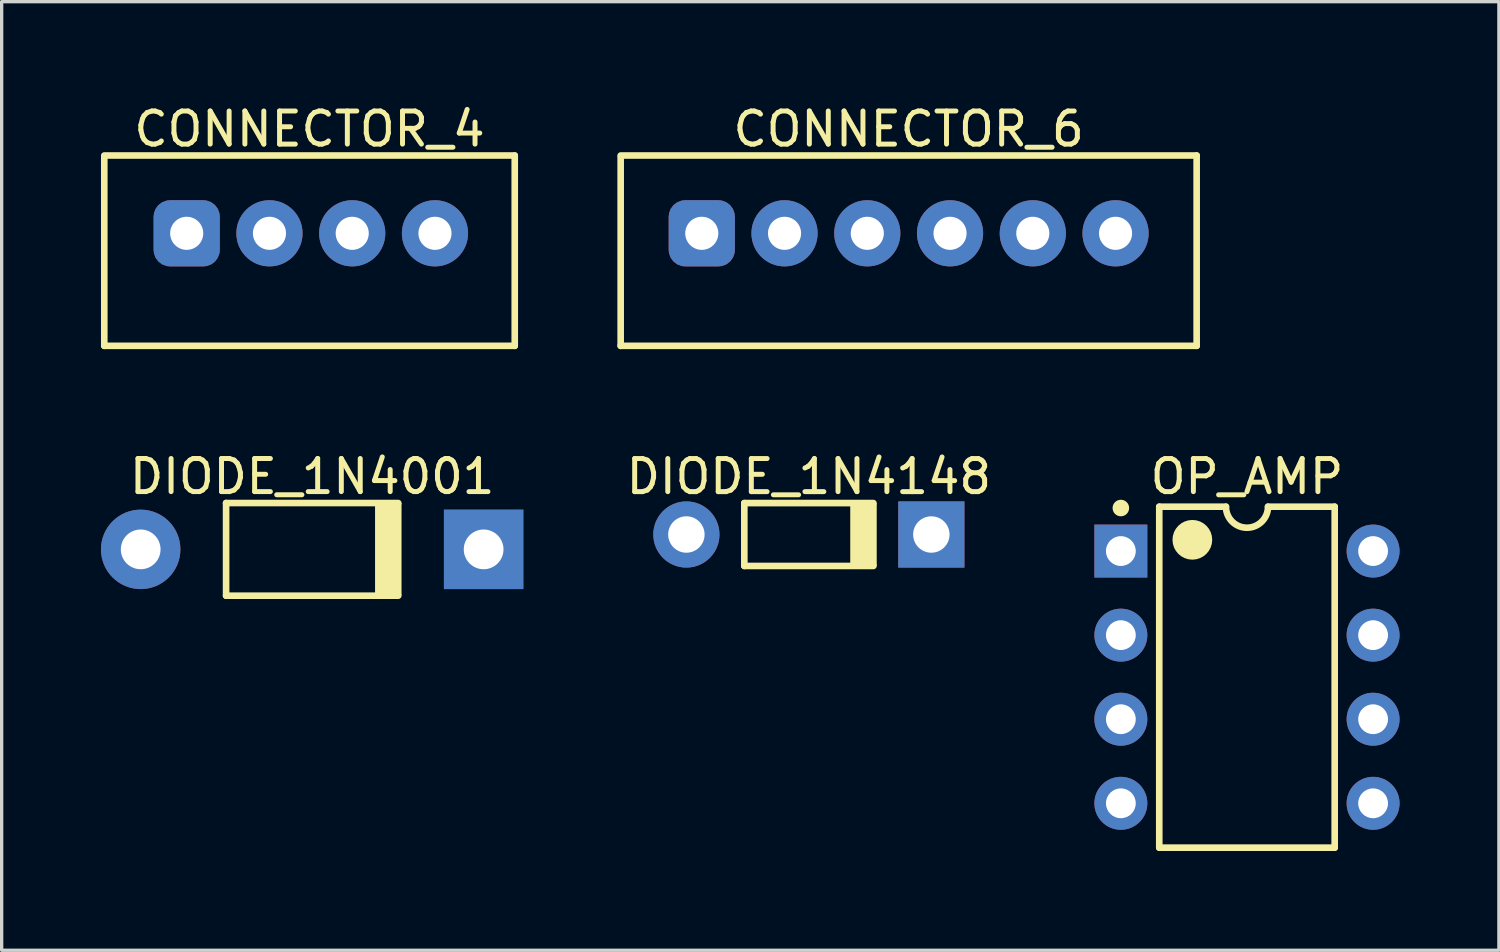
<source format=kicad_pcb>
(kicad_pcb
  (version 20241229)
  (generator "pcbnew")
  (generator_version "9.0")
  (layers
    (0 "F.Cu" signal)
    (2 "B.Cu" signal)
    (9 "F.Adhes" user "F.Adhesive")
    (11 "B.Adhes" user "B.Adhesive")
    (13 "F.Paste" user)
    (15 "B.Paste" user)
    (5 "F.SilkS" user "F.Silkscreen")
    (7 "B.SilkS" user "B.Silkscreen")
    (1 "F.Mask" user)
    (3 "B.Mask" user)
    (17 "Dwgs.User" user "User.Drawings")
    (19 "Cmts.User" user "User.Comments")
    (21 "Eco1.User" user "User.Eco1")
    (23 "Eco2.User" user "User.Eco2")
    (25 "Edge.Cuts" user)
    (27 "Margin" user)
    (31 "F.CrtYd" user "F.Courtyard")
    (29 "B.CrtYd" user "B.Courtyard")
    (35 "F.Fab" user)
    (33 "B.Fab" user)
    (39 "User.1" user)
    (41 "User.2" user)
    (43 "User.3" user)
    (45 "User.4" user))
  (footprint "DIODE_1N4148"
    (layer "F.Cu")
    (at 21.385 13.097)
    (property "Reference" "DIODE_1N4148" (at 0 -1.75 0) (layer "F.SilkS") (effects (font (size 1 1) (thickness 0.15))))
    (fp_line (start -1.95 -0.95) (end 1.95 -0.95) (stroke (width 0.2) (type solid)) (layer "F.SilkS"))
    (fp_line (start -1.95 0.95) (end -1.95 -0.95) (stroke (width 0.2) (type solid)) (layer "F.SilkS"))
    (fp_line (start -1.95 0.95) (end 1.95 0.95) (stroke (width 0.2) (type solid)) (layer "F.SilkS"))
    (fp_rect (start 1.25 0.95) (end 2.05 -0.95) (stroke (width 0) (type default)) (fill yes) (layer "F.SilkS"))
    (pad "1" thru_hole circle (at -3.7 0) (size 2 2) (drill 1.1) (layers "*.Cu" "*.Mask"))
    (pad "2" thru_hole rect (at 3.7 0) (size 2 2) (drill 1.1) (layers "*.Cu" "*.Mask")))
  (footprint "CONNECTOR_6"
    (layer "F.Cu")
    (at 24.4 3.998)
    (property "Reference" "CONNECTOR_6" (at 0 -3.15 0) (layer "F.SilkS") (effects (font (size 1 1) (thickness 0.15))))
    (fp_line (start -8.7 -2.35) (end 8.7 -2.35) (stroke (width 0.2) (type solid)) (layer "F.SilkS"))
    (fp_line (start -8.7 3.4) (end -8.7 -2.3) (stroke (width 0.2) (type solid)) (layer "F.SilkS"))
    (fp_line (start -8.7 3.4) (end 8.7 3.4) (stroke (width 0.2) (type solid)) (layer "F.SilkS"))
    (fp_line (start 8.7 3.4) (end 8.7 -2.35) (stroke (width 0.2) (type solid)) (layer "F.SilkS"))
    (pad "1" thru_hole roundrect (at -6.25 0) (size 2 2) (drill 1) (layers "*.Cu" "*.Mask") (roundrect_rratio 0.25))
    (pad "2" thru_hole circle (at -3.75 0) (size 2 2) (drill 1) (layers "*.Cu" "*.Mask"))
    (pad "3" thru_hole circle (at -1.25 0) (size 2 2) (drill 1) (layers "*.Cu" "*.Mask"))
    (pad "4" thru_hole circle (at 1.25 0) (size 2 2) (drill 1) (layers "*.Cu" "*.Mask"))
    (pad "5" thru_hole circle (at 3.75 0) (size 2 2) (drill 1) (layers "*.Cu" "*.Mask"))
    (pad "6" thru_hole circle (at 6.25 0) (size 2 2) (drill 1) (layers "*.Cu" "*.Mask")))
  (footprint "DIODE_1N4001"
    (layer "F.Cu")
    (at 6.38 13.546)
    (property "Reference" "DIODE_1N4001" (at 0 -2.2 0) (layer "F.SilkS") (effects (font (size 1 1) (thickness 0.15))))
    (fp_line (start -2.6 -1.4) (end 2.6 -1.4) (stroke (width 0.2) (type solid)) (layer "F.SilkS"))
    (fp_line (start -2.6 1.4) (end -2.6 -1.4) (stroke (width 0.2) (type solid)) (layer "F.SilkS"))
    (fp_line (start -2.6 1.4) (end 2.6 1.4) (stroke (width 0.2) (type solid)) (layer "F.SilkS"))
    (fp_rect (start 1.9 1.4) (end 2.7 -1.4) (stroke (width 0) (type default)) (fill yes) (layer "F.SilkS"))
    (pad "1" thru_hole circle (at -5.18 0) (size 2.4 2.4) (drill 1.2) (layers "*.Cu" "*.Mask"))
    (pad "2" thru_hole rect (at 5.18 0) (size 2.4 2.4) (drill 1.2) (layers "*.Cu" "*.Mask")))
  (footprint "OP_AMP"
    (layer "F.Cu")
    (at 34.62 17.407)
    (property "Reference" "OP_AMP" (at 0 -6.06 0) (layer "F.SilkS") (effects (font (size 1 1) (thickness 0.15))))
    (fp_line (start -2.65 -5.15) (end -0.635 -5.15) (stroke (width 0.2) (type solid)) (layer "F.SilkS"))
    (fp_line (start -2.65 5.15) (end -2.65 -5.15) (stroke (width 0.2) (type solid)) (layer "F.SilkS"))
    (fp_line (start -2.65 5.15) (end 2.65 5.15) (stroke (width 0.2) (type solid)) (layer "F.SilkS"))
    (fp_line (start 0.635 -5.15) (end 2.65 -5.15) (stroke (width 0.2) (type solid)) (layer "F.SilkS"))
    (fp_line (start 2.65 5.15) (end 2.65 -5.15) (stroke (width 0.2) (type solid)) (layer "F.SilkS"))
    (fp_arc (start 0.635 -5.15) (mid 0 -4.515) (end -0.635 -5.15) (stroke (width 0.2) (type solid)) (layer "F.SilkS"))
    (fp_circle (center -3.81 -5.11) (end -3.81 -5.235) (stroke (width 0.25) (type solid)) (fill no) (layer "F.SilkS"))
    (fp_circle (center -1.65 -4.15) (end -1.65 -4.45) (stroke (width 0.6) (type solid)) (fill no) (layer "F.SilkS"))
    (pad "1" thru_hole rect (at -3.81 -3.81) (size 1.6 1.6) (drill 0.9) (layers "*.Cu" "*.Mask"))
    (pad "2" thru_hole circle (at -3.81 -1.27) (size 1.6 1.6) (drill 0.9) (layers "*.Cu" "*.Mask"))
    (pad "3" thru_hole circle (at -3.81 1.27) (size 1.6 1.6) (drill 0.9) (layers "*.Cu" "*.Mask"))
    (pad "4" thru_hole circle (at -3.81 3.81) (size 1.6 1.6) (drill 0.9) (layers "*.Cu" "*.Mask"))
    (pad "5" thru_hole circle (at 3.81 3.81) (size 1.6 1.6) (drill 0.9) (layers "*.Cu" "*.Mask"))
    (pad "6" thru_hole circle (at 3.81 1.27) (size 1.6 1.6) (drill 0.9) (layers "*.Cu" "*.Mask"))
    (pad "7" thru_hole circle (at 3.81 -1.27) (size 1.6 1.6) (drill 0.9) (layers "*.Cu" "*.Mask"))
    (pad "8" thru_hole circle (at 3.81 -3.81) (size 1.6 1.6) (drill 0.9) (layers "*.Cu" "*.Mask")))
  (footprint "CONNECTOR_4"
    (layer "F.Cu")
    (at 6.3 3.998)
    (property "Reference" "CONNECTOR_4" (at 0 -3.15 0) (layer "F.SilkS") (effects (font (size 1 1) (thickness 0.15))))
    (fp_line (start -6.2 -2.35) (end 6.2 -2.35) (stroke (width 0.2) (type solid)) (layer "F.SilkS"))
    (fp_line (start -6.2 3.4) (end -6.2 -2.3) (stroke (width 0.2) (type solid)) (layer "F.SilkS"))
    (fp_line (start -6.2 3.4) (end 6.2 3.4) (stroke (width 0.2) (type solid)) (layer "F.SilkS"))
    (fp_line (start 6.2 3.4) (end 6.2 -2.35) (stroke (width 0.2) (type solid)) (layer "F.SilkS"))
    (pad "1" thru_hole roundrect (at -3.71 0) (size 2 2) (drill 1) (layers "*.Cu" "*.Mask") (roundrect_rratio 0.25))
    (pad "2" thru_hole circle (at -1.21 0) (size 2 2) (drill 1) (layers "*.Cu" "*.Mask"))
    (pad "3" thru_hole circle (at 1.29 0) (size 2 2) (drill 1) (layers "*.Cu" "*.Mask"))
    (pad "4" thru_hole circle (at 3.79 0) (size 2 2) (drill 1) (layers "*.Cu" "*.Mask")))
  (gr_rect
    (start -3 -3)
    (end 42.23 25.657)
    (stroke (width 0.1) (type default))
    (fill no)
    (layer "Edge.Cuts")))
</source>
